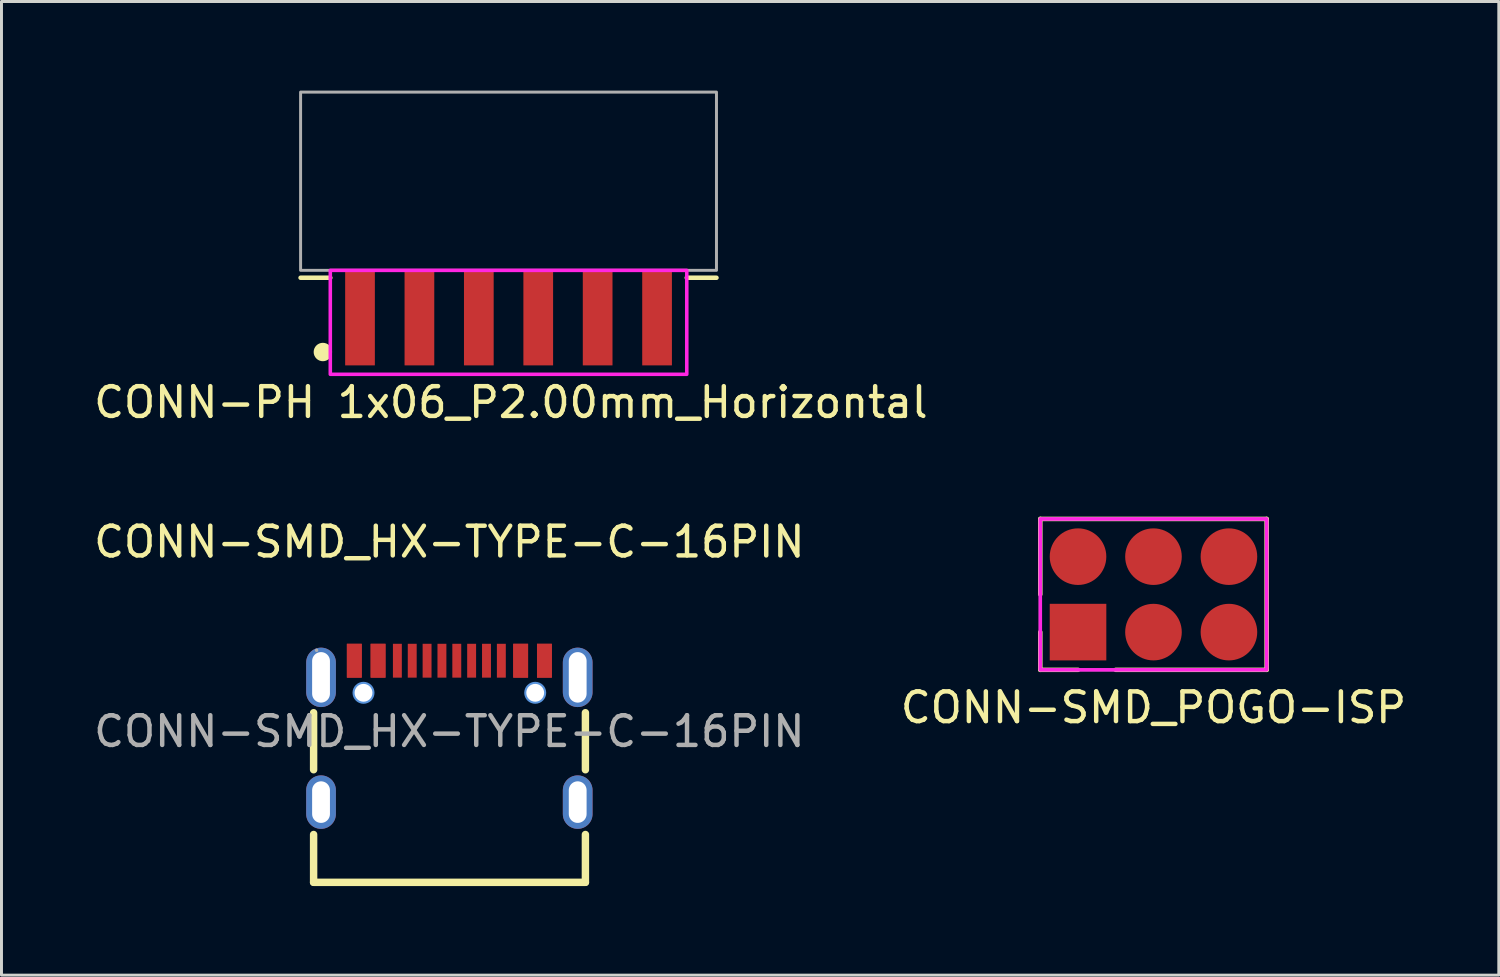
<source format=kicad_pcb>
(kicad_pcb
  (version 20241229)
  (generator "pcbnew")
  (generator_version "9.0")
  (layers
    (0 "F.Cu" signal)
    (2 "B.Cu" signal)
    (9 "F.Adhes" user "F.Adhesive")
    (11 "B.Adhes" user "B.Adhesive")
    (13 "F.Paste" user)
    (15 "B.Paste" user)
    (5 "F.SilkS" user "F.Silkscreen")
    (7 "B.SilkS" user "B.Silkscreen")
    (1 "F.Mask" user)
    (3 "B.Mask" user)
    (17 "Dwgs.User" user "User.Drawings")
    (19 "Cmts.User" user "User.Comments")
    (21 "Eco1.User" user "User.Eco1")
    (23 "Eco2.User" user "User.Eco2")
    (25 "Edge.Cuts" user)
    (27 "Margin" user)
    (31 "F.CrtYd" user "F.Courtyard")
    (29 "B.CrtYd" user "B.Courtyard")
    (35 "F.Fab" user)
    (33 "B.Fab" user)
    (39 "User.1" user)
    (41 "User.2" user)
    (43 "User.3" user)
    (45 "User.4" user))
  (footprint "CONN-SMD_POGO-ISP"
    (layer "F.Cu")
    (at 33.24 18.229)
    (property "Reference" "CONN-SMD_POGO-ISP" (at 2.54 2.54 0) (unlocked yes) (layer "F.SilkS") (effects (font (size 1 1) (thickness 0.15))))
    (attr smd)
    (fp_line (start -1.27 -3.81) (end 6.35 -3.81) (stroke (width 0.152) (type default)) (layer "F.SilkS"))
    (fp_line (start -1.27 -1.27) (end -1.27 -3.81) (stroke (width 0.152) (type default)) (layer "F.SilkS"))
    (fp_line (start -1.27 1.27) (end -1.27 0) (stroke (width 0.152) (type default)) (layer "F.SilkS"))
    (fp_line (start -1.27 1.27) (end 0 1.27) (stroke (width 0.152) (type default)) (layer "F.SilkS"))
    (fp_line (start 6.35 -3.81) (end 6.35 1.27) (stroke (width 0.152) (type default)) (layer "F.SilkS"))
    (fp_line (start 6.35 1.27) (end 1.27 1.27) (stroke (width 0.152) (type default)) (layer "F.SilkS"))
    (fp_rect (start -1.27 -3.81) (end 6.35 1.27) (stroke (width 0.12) (type default)) (fill no) (layer "F.CrtYd"))
    (fp_rect (start -1.27 -3.81) (end 6.35 1.27) (stroke (width 0.1) (type default)) (fill no) (layer "F.Fab"))
    (pad "1" smd rect (at 0 0) (size 1.905 1.905) (property pad_prop_testpoint) (layers "F.Cu" "F.Mask" "F.Paste"))
    (pad "2" smd circle (at 0 -2.54) (size 1.905 1.905) (property pad_prop_testpoint) (layers "F.Cu" "F.Mask" "F.Paste"))
    (pad "3" smd circle (at 2.54 0) (size 1.905 1.905) (property pad_prop_testpoint) (layers "F.Cu" "F.Mask" "F.Paste"))
    (pad "4" smd circle (at 2.54 -2.54) (size 1.905 1.905) (property pad_prop_testpoint) (layers "F.Cu" "F.Mask" "F.Paste"))
    (pad "5" smd circle (at 5.08 0) (size 1.905 1.905) (property pad_prop_testpoint) (layers "F.Cu" "F.Mask" "F.Paste"))
    (pad "6" smd circle (at 5.08 -2.54) (size 1.905 1.905) (property pad_prop_testpoint) (layers "F.Cu" "F.Mask" "F.Paste")))
  (footprint "CONN-SMD_HX-TYPE-C-16PIN"
    (layer "F.Cu")
    (at 12.077 21.572)
    (property "Reference" "CONN-SMD_HX-TYPE-C-16PIN" (at 0 -6.38 0) (layer "F.SilkS") (effects (font (size 1 1) (thickness 0.15))))
    (attr through_hole)
    (fp_line (start -4.57 -0.63) (end -4.57 1.29) (stroke (width 0.25) (type solid)) (layer "F.SilkS"))
    (fp_line (start -4.57 3.47) (end -4.57 5.08) (stroke (width 0.25) (type solid)) (layer "F.SilkS"))
    (fp_line (start -4.57 5.08) (end 4.58 5.08) (stroke (width 0.25) (type solid)) (layer "F.SilkS"))
    (fp_line (start 4.58 1.29) (end 4.58 -0.63) (stroke (width 0.25) (type solid)) (layer "F.SilkS"))
    (fp_line (start 4.58 5.08) (end 4.58 3.47) (stroke (width 0.25) (type solid)) (layer "F.SilkS"))
    (fp_circle (center -2.89 -1.3) (end -2.77 -1.3) (stroke (width 0.25) (type solid)) (fill no) (layer "Cmts.User"))
    (fp_circle (center 2.89 -1.3) (end 3.01 -1.3) (stroke (width 0.25) (type solid)) (fill no) (layer "Cmts.User"))
    (fp_circle (center -4.47 -2.73) (end -4.44 -2.73) (stroke (width 0.06) (type solid)) (fill no) (layer "F.Fab"))
    (fp_text user "${REFERENCE}" (at 0 0 0) (layer "F.Fab") (effects (font (size 1 1) (thickness 0.15))))
    (pad "" thru_hole circle (at -2.89 -1.3) (size 0.6 0.6) (drill 0.6) (layers "*.Cu" "*.Mask"))
    (pad "" thru_hole circle (at 2.89 -1.3) (size 0.6 0.6) (drill 0.6) (layers "*.Cu" "*.Mask"))
    (pad "A1" smd rect (at -3.2 -2.38) (size 0.5 1.14) (layers "F.Cu" "F.Mask" "F.Paste"))
    (pad "A4" smd rect (at -2.4 -2.38) (size 0.5 1.14) (layers "F.Cu" "F.Mask" "F.Paste"))
    (pad "A5" smd rect (at -1.25 -2.38) (size 0.3 1.14) (layers "F.Cu" "F.Mask" "F.Paste"))
    (pad "A6" smd rect (at -0.25 -2.38) (size 0.3 1.14) (layers "F.Cu" "F.Mask" "F.Paste"))
    (pad "A7" smd rect (at 0.25 -2.38) (size 0.3 1.14) (layers "F.Cu" "F.Mask" "F.Paste"))
    (pad "A8" smd rect (at 1.25 -2.38) (size 0.3 1.14) (layers "F.Cu" "F.Mask" "F.Paste"))
    (pad "A9" smd rect (at 2.4 -2.38) (size 0.5 1.14) (layers "F.Cu" "F.Mask" "F.Paste"))
    (pad "A12" smd rect (at 3.2 -2.38) (size 0.5 1.14) (layers "F.Cu" "F.Mask" "F.Paste"))
    (pad "B1" smd rect (at 3.2 -2.38) (size 0.5 1.14) (layers "F.Cu" "F.Mask" "F.Paste"))
    (pad "B4" smd rect (at 2.4 -2.38) (size 0.5 1.14) (layers "F.Cu" "F.Mask" "F.Paste"))
    (pad "B5" smd rect (at 1.75 -2.38) (size 0.3 1.14) (layers "F.Cu" "F.Mask" "F.Paste"))
    (pad "B6" smd rect (at 0.75 -2.38) (size 0.3 1.14) (layers "F.Cu" "F.Mask" "F.Paste"))
    (pad "B7" smd rect (at -0.75 -2.38) (size 0.3 1.14) (layers "F.Cu" "F.Mask" "F.Paste"))
    (pad "B8" smd rect (at -1.75 -2.38) (size 0.3 1.14) (layers "F.Cu" "F.Mask" "F.Paste"))
    (pad "B9" smd rect (at -2.4 -2.38) (size 0.5 1.14) (layers "F.Cu" "F.Mask" "F.Paste"))
    (pad "B12" smd rect (at -3.2 -2.38) (size 0.5 1.14) (layers "F.Cu" "F.Mask" "F.Paste"))
    (pad "S1" thru_hole oval (at -4.32 -1.82) (size 1 2) (drill oval 0.6 1.7) (layers "*.Cu" "*.Paste" "*.Mask"))
    (pad "S1" thru_hole oval (at -4.32 2.38) (size 1 1.8) (drill oval 0.6 1.4) (layers "*.Cu" "*.Paste" "*.Mask"))
    (pad "S1" thru_hole oval (at 4.32 -1.82) (size 1 2) (drill oval 0.6 1.7) (layers "*.Cu" "*.Paste" "*.Mask"))
    (pad "S1" thru_hole oval (at 4.32 2.38) (size 1 1.8) (drill oval 0.6 1.4) (layers "*.Cu" "*.Paste" "*.Mask")))
  (footprint "CONN-PH 1x06_P2.00mm_Horizontal"
    (layer "F.Cu")
    (at 9.069 6.05)
    (property "Reference" "CONN-PH 1x06_P2.00mm_Horizontal" (at 5.08 4.445 0) (unlocked yes) (layer "F.SilkS") (effects (font (size 1 1) (thickness 0.15))))
    (attr smd)
    (fp_line (start -2 0.25) (end -1 0.25) (stroke (width 0.152) (type default)) (layer "F.SilkS"))
    (fp_line (start 12 0.25) (end 11 0.25) (stroke (width 0.152) (type default)) (layer "F.SilkS"))
    (fp_circle (center -1.25 2.75) (end -1 2.75) (stroke (width 0.12) (type solid)) (fill yes) (layer "F.SilkS"))
    (fp_rect (start -1 0) (end 11 3.5) (stroke (width 0.12) (type default)) (fill no) (layer "F.CrtYd"))
    (fp_rect (start -2 -6) (end 12 0) (stroke (width 0.1) (type default)) (fill no) (layer "F.Fab"))
    (pad "1" connect rect (at 0 1.6) (size 1 3.2) (layers "F.Cu" "F.Mask"))
    (pad "2" connect rect (at 2 1.6) (size 1 3.2) (layers "F.Cu" "F.Mask"))
    (pad "3" connect rect (at 4 1.6) (size 1 3.2) (layers "F.Cu" "F.Mask"))
    (pad "4" connect rect (at 6 1.6) (size 1 3.2) (layers "F.Cu" "F.Mask"))
    (pad "5" connect rect (at 8 1.6) (size 1 3.2) (layers "F.Cu" "F.Mask"))
    (pad "6" connect rect (at 10 1.6) (size 1 3.2) (layers "F.Cu" "F.Mask")))
  (gr_rect
    (start -3 -3)
    (end 47.405 29.776)
    (stroke (width 0.1) (type default))
    (fill no)
    (layer "Edge.Cuts")))
</source>
